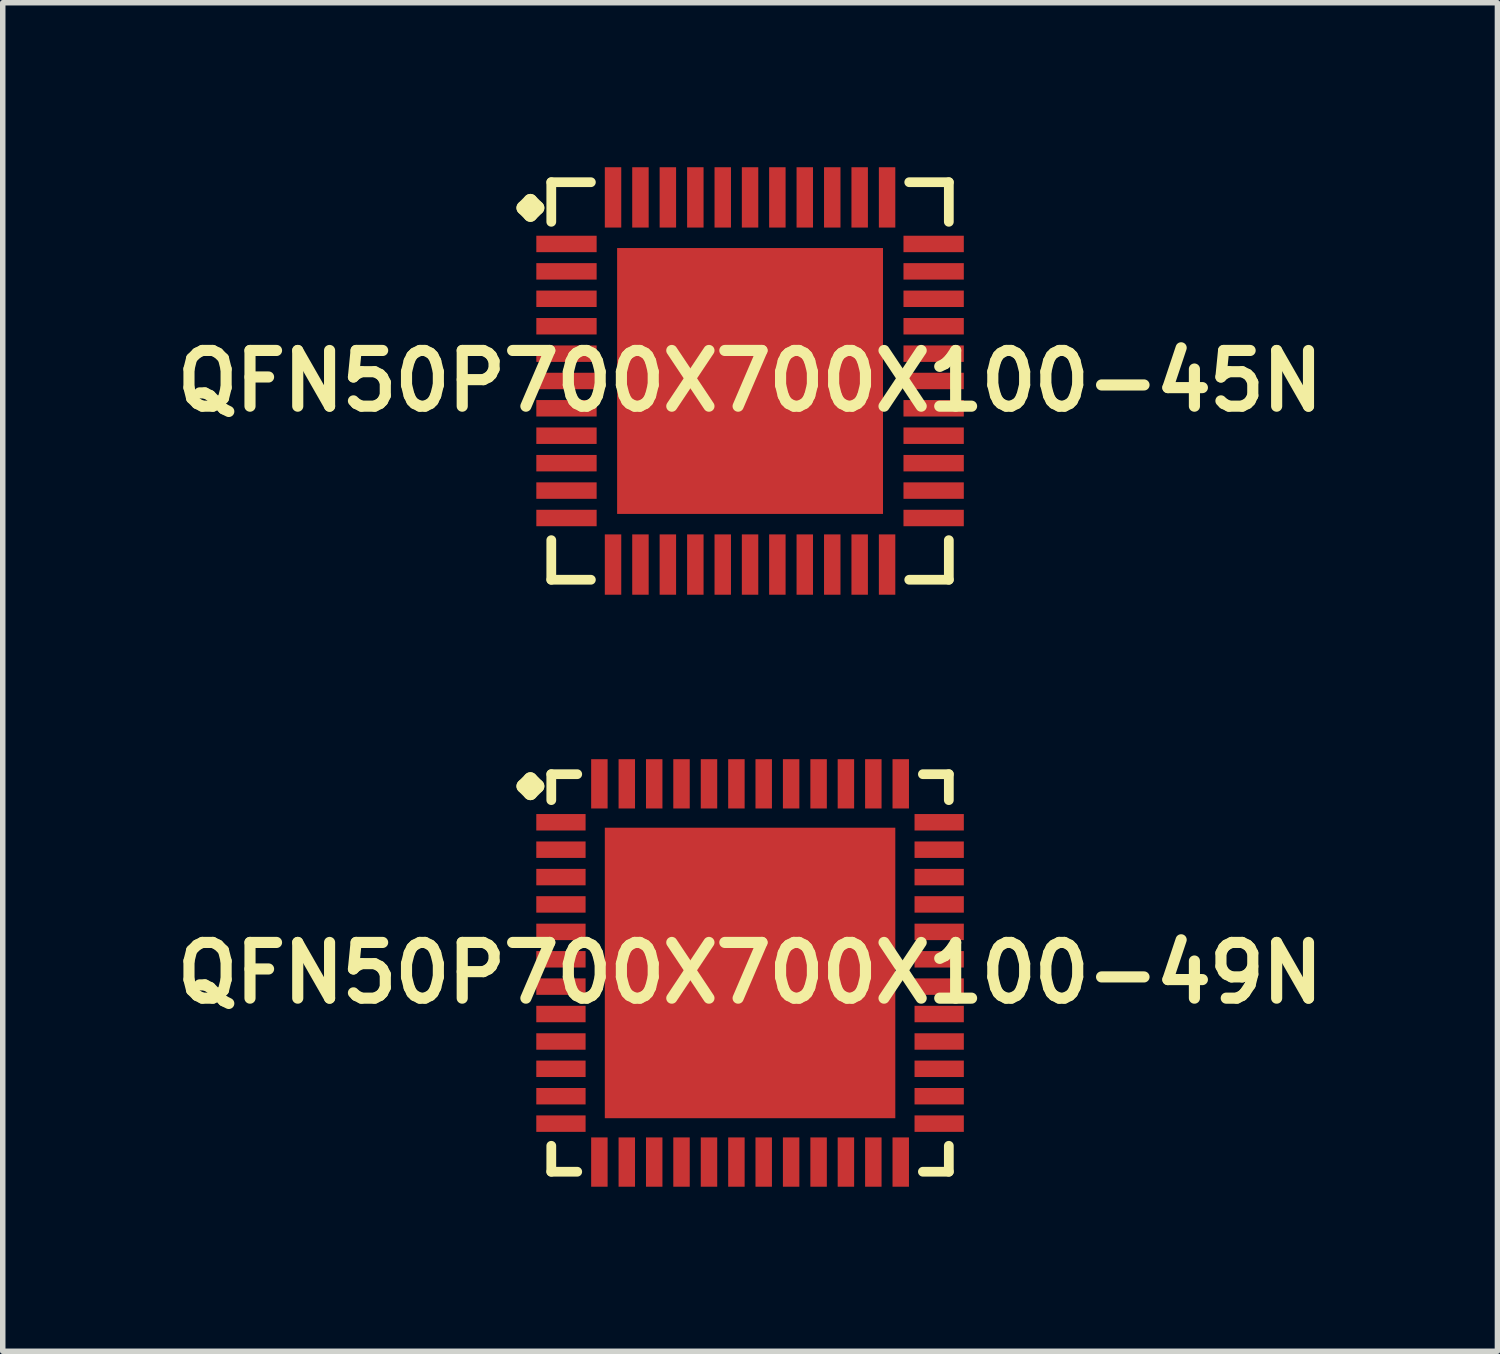
<source format=kicad_pcb>
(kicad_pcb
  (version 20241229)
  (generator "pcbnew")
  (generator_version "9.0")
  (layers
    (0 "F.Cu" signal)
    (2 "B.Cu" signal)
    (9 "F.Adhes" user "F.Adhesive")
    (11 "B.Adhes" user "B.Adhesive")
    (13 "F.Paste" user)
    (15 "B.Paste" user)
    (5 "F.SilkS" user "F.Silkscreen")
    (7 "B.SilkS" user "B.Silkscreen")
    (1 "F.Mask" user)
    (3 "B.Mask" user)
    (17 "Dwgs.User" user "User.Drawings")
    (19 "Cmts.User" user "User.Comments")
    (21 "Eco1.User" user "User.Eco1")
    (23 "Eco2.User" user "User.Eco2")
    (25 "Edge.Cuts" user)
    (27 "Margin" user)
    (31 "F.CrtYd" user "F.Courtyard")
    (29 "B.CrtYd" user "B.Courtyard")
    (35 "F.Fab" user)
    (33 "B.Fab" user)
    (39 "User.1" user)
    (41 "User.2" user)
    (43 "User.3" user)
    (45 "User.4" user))
  (footprint "QFN50P700X700X100-45N"
    (layer "F.Cu")
    (at 10.629 3.898)
    (property "Reference" "QFN50P700X700X100-45N" (at 0 0 0) (layer "F.SilkS") (effects (font (size 1.016 1.016) (thickness 0.203))))
    (attr smd)
    (fp_line (start -4.133 -3.157) (end -4.006 -3.284) (stroke (width 0.254) (type solid)) (layer "F.SilkS"))
    (fp_line (start -4.006 -3.284) (end -3.879 -3.157) (stroke (width 0.254) (type solid)) (layer "F.SilkS"))
    (fp_line (start -4.006 -3.03) (end -4.133 -3.157) (stroke (width 0.254) (type solid)) (layer "F.SilkS"))
    (fp_line (start -3.879 -3.157) (end -4.006 -3.03) (stroke (width 0.254) (type solid)) (layer "F.SilkS"))
    (fp_line (start -3.625 -3.625) (end -2.903 -3.625) (stroke (width 0.178) (type solid)) (layer "F.SilkS"))
    (fp_line (start -3.625 -2.903) (end -3.625 -3.625) (stroke (width 0.178) (type solid)) (layer "F.SilkS"))
    (fp_line (start -3.625 2.903) (end -3.625 3.625) (stroke (width 0.178) (type solid)) (layer "F.SilkS"))
    (fp_line (start -3.625 3.625) (end -2.903 3.625) (stroke (width 0.178) (type solid)) (layer "F.SilkS"))
    (fp_line (start 2.903 -3.625) (end 3.625 -3.625) (stroke (width 0.178) (type solid)) (layer "F.SilkS"))
    (fp_line (start 2.903 3.625) (end 3.625 3.625) (stroke (width 0.178) (type solid)) (layer "F.SilkS"))
    (fp_line (start 3.625 -3.625) (end 3.625 -2.903) (stroke (width 0.178) (type solid)) (layer "F.SilkS"))
    (fp_line (start 3.625 3.625) (end 3.625 2.903) (stroke (width 0.178) (type solid)) (layer "F.SilkS"))
    (pad "1" smd rect (at -3.348 -2.499) (size 1.1 0.3) (layers "F.Cu" "F.Mask" "F.Paste"))
    (pad "2" smd rect (at -3.348 -1.999) (size 1.1 0.3) (layers "F.Cu" "F.Mask" "F.Paste"))
    (pad "3" smd rect (at -3.348 -1.499) (size 1.1 0.3) (layers "F.Cu" "F.Mask" "F.Paste"))
    (pad "4" smd rect (at -3.348 -0.998) (size 1.1 0.3) (layers "F.Cu" "F.Mask" "F.Paste"))
    (pad "5" smd rect (at -3.348 -0.498) (size 1.1 0.3) (layers "F.Cu" "F.Mask" "F.Paste"))
    (pad "6" smd rect (at -3.348 0) (size 1.1 0.3) (layers "F.Cu" "F.Mask" "F.Paste"))
    (pad "7" smd rect (at -3.348 0.498) (size 1.1 0.3) (layers "F.Cu" "F.Mask" "F.Paste"))
    (pad "8" smd rect (at -3.348 0.998) (size 1.1 0.3) (layers "F.Cu" "F.Mask" "F.Paste"))
    (pad "9" smd rect (at -3.348 1.499) (size 1.1 0.3) (layers "F.Cu" "F.Mask" "F.Paste"))
    (pad "10" smd rect (at -3.348 1.999) (size 1.1 0.3) (layers "F.Cu" "F.Mask" "F.Paste"))
    (pad "11" smd rect (at -3.348 2.499) (size 1.1 0.3) (layers "F.Cu" "F.Mask" "F.Paste"))
    (pad "12" smd rect (at -2.499 3.348) (size 0.3 1.1) (layers "F.Cu" "F.Mask" "F.Paste"))
    (pad "13" smd rect (at -1.999 3.348) (size 0.3 1.1) (layers "F.Cu" "F.Mask" "F.Paste"))
    (pad "14" smd rect (at -1.499 3.348) (size 0.3 1.1) (layers "F.Cu" "F.Mask" "F.Paste"))
    (pad "15" smd rect (at -0.998 3.348) (size 0.3 1.1) (layers "F.Cu" "F.Mask" "F.Paste"))
    (pad "16" smd rect (at -0.498 3.348) (size 0.3 1.1) (layers "F.Cu" "F.Mask" "F.Paste"))
    (pad "17" smd rect (at 0 3.348) (size 0.3 1.1) (layers "F.Cu" "F.Mask" "F.Paste"))
    (pad "18" smd rect (at 0.498 3.348) (size 0.3 1.1) (layers "F.Cu" "F.Mask" "F.Paste"))
    (pad "19" smd rect (at 0.998 3.348) (size 0.3 1.1) (layers "F.Cu" "F.Mask" "F.Paste"))
    (pad "20" smd rect (at 1.499 3.348) (size 0.3 1.1) (layers "F.Cu" "F.Mask" "F.Paste"))
    (pad "21" smd rect (at 1.999 3.348) (size 0.3 1.1) (layers "F.Cu" "F.Mask" "F.Paste"))
    (pad "22" smd rect (at 2.499 3.348) (size 0.3 1.1) (layers "F.Cu" "F.Mask" "F.Paste"))
    (pad "23" smd rect (at 3.348 2.499) (size 1.1 0.3) (layers "F.Cu" "F.Mask" "F.Paste"))
    (pad "24" smd rect (at 3.348 1.999) (size 1.1 0.3) (layers "F.Cu" "F.Mask" "F.Paste"))
    (pad "25" smd rect (at 3.348 1.499) (size 1.1 0.3) (layers "F.Cu" "F.Mask" "F.Paste"))
    (pad "26" smd rect (at 3.348 0.998) (size 1.1 0.3) (layers "F.Cu" "F.Mask" "F.Paste"))
    (pad "27" smd rect (at 3.348 0.498) (size 1.1 0.3) (layers "F.Cu" "F.Mask" "F.Paste"))
    (pad "28" smd rect (at 3.348 0) (size 1.1 0.3) (layers "F.Cu" "F.Mask" "F.Paste"))
    (pad "29" smd rect (at 3.348 -0.498) (size 1.1 0.3) (layers "F.Cu" "F.Mask" "F.Paste"))
    (pad "30" smd rect (at 3.348 -0.998) (size 1.1 0.3) (layers "F.Cu" "F.Mask" "F.Paste"))
    (pad "31" smd rect (at 3.348 -1.499) (size 1.1 0.3) (layers "F.Cu" "F.Mask" "F.Paste"))
    (pad "32" smd rect (at 3.348 -1.999) (size 1.1 0.3) (layers "F.Cu" "F.Mask" "F.Paste"))
    (pad "33" smd rect (at 3.348 -2.499) (size 1.1 0.3) (layers "F.Cu" "F.Mask" "F.Paste"))
    (pad "34" smd rect (at 2.499 -3.348) (size 0.3 1.1) (layers "F.Cu" "F.Mask" "F.Paste"))
    (pad "35" smd rect (at 1.999 -3.348) (size 0.3 1.1) (layers "F.Cu" "F.Mask" "F.Paste"))
    (pad "36" smd rect (at 1.499 -3.348) (size 0.3 1.1) (layers "F.Cu" "F.Mask" "F.Paste"))
    (pad "37" smd rect (at 0.998 -3.348) (size 0.3 1.1) (layers "F.Cu" "F.Mask" "F.Paste"))
    (pad "38" smd rect (at 0.498 -3.348) (size 0.3 1.1) (layers "F.Cu" "F.Mask" "F.Paste"))
    (pad "39" smd rect (at 0 -3.348) (size 0.3 1.1) (layers "F.Cu" "F.Mask" "F.Paste"))
    (pad "40" smd rect (at -0.498 -3.348) (size 0.3 1.1) (layers "F.Cu" "F.Mask" "F.Paste"))
    (pad "41" smd rect (at -0.998 -3.348) (size 0.3 1.1) (layers "F.Cu" "F.Mask" "F.Paste"))
    (pad "42" smd rect (at -1.499 -3.348) (size 0.3 1.1) (layers "F.Cu" "F.Mask" "F.Paste"))
    (pad "43" smd rect (at -1.999 -3.348) (size 0.3 1.1) (layers "F.Cu" "F.Mask" "F.Paste"))
    (pad "44" smd rect (at -2.499 -3.348) (size 0.3 1.1) (layers "F.Cu" "F.Mask" "F.Paste"))
    (pad "45" smd rect (at 0 0) (size 4.849 4.849) (layers "F.Cu" "F.Mask" "F.Paste")))
  (footprint "QFN50P700X700X100-49N"
    (layer "F.Cu")
    (at 10.629 14.694)
    (property "Reference" "QFN50P700X700X100-49N" (at 0 0 0) (layer "F.SilkS") (effects (font (size 1.016 1.016) (thickness 0.203))))
    (attr smd)
    (fp_line (start -4.133 -3.406) (end -4.006 -3.533) (stroke (width 0.254) (type solid)) (layer "F.SilkS"))
    (fp_line (start -4.006 -3.533) (end -3.879 -3.406) (stroke (width 0.254) (type solid)) (layer "F.SilkS"))
    (fp_line (start -4.006 -3.279) (end -4.133 -3.406) (stroke (width 0.254) (type solid)) (layer "F.SilkS"))
    (fp_line (start -3.879 -3.406) (end -4.006 -3.279) (stroke (width 0.254) (type solid)) (layer "F.SilkS"))
    (fp_line (start -3.625 -3.625) (end -3.152 -3.625) (stroke (width 0.178) (type solid)) (layer "F.SilkS"))
    (fp_line (start -3.625 -3.152) (end -3.625 -3.625) (stroke (width 0.178) (type solid)) (layer "F.SilkS"))
    (fp_line (start -3.625 3.152) (end -3.625 3.625) (stroke (width 0.178) (type solid)) (layer "F.SilkS"))
    (fp_line (start -3.625 3.625) (end -3.152 3.625) (stroke (width 0.178) (type solid)) (layer "F.SilkS"))
    (fp_line (start 3.152 -3.625) (end 3.625 -3.625) (stroke (width 0.178) (type solid)) (layer "F.SilkS"))
    (fp_line (start 3.152 3.625) (end 3.625 3.625) (stroke (width 0.178) (type solid)) (layer "F.SilkS"))
    (fp_line (start 3.625 -3.625) (end 3.625 -3.152) (stroke (width 0.178) (type solid)) (layer "F.SilkS"))
    (fp_line (start 3.625 3.625) (end 3.625 3.152) (stroke (width 0.178) (type solid)) (layer "F.SilkS"))
    (pad "1" smd rect (at -3.449 -2.748) (size 0.899 0.3) (layers "F.Cu" "F.Mask" "F.Paste"))
    (pad "2" smd rect (at -3.449 -2.248) (size 0.899 0.3) (layers "F.Cu" "F.Mask" "F.Paste"))
    (pad "3" smd rect (at -3.449 -1.748) (size 0.899 0.3) (layers "F.Cu" "F.Mask" "F.Paste"))
    (pad "4" smd rect (at -3.449 -1.25) (size 0.899 0.3) (layers "F.Cu" "F.Mask" "F.Paste"))
    (pad "5" smd rect (at -3.449 -0.749) (size 0.899 0.3) (layers "F.Cu" "F.Mask" "F.Paste"))
    (pad "6" smd rect (at -3.449 -0.249) (size 0.899 0.3) (layers "F.Cu" "F.Mask" "F.Paste"))
    (pad "7" smd rect (at -3.449 0.249) (size 0.899 0.3) (layers "F.Cu" "F.Mask" "F.Paste"))
    (pad "8" smd rect (at -3.449 0.749) (size 0.899 0.3) (layers "F.Cu" "F.Mask" "F.Paste"))
    (pad "9" smd rect (at -3.449 1.25) (size 0.899 0.3) (layers "F.Cu" "F.Mask" "F.Paste"))
    (pad "10" smd rect (at -3.449 1.748) (size 0.899 0.3) (layers "F.Cu" "F.Mask" "F.Paste"))
    (pad "11" smd rect (at -3.449 2.248) (size 0.899 0.3) (layers "F.Cu" "F.Mask" "F.Paste"))
    (pad "12" smd rect (at -3.449 2.748) (size 0.899 0.3) (layers "F.Cu" "F.Mask" "F.Paste"))
    (pad "13" smd rect (at -2.748 3.449) (size 0.3 0.899) (layers "F.Cu" "F.Mask" "F.Paste"))
    (pad "14" smd rect (at -2.248 3.449) (size 0.3 0.899) (layers "F.Cu" "F.Mask" "F.Paste"))
    (pad "15" smd rect (at -1.748 3.449) (size 0.3 0.899) (layers "F.Cu" "F.Mask" "F.Paste"))
    (pad "16" smd rect (at -1.25 3.449) (size 0.3 0.899) (layers "F.Cu" "F.Mask" "F.Paste"))
    (pad "17" smd rect (at -0.749 3.449) (size 0.3 0.899) (layers "F.Cu" "F.Mask" "F.Paste"))
    (pad "18" smd rect (at -0.249 3.449) (size 0.3 0.899) (layers "F.Cu" "F.Mask" "F.Paste"))
    (pad "19" smd rect (at 0.249 3.449) (size 0.3 0.899) (layers "F.Cu" "F.Mask" "F.Paste"))
    (pad "20" smd rect (at 0.749 3.449) (size 0.3 0.899) (layers "F.Cu" "F.Mask" "F.Paste"))
    (pad "21" smd rect (at 1.25 3.449) (size 0.3 0.899) (layers "F.Cu" "F.Mask" "F.Paste"))
    (pad "22" smd rect (at 1.748 3.449) (size 0.3 0.899) (layers "F.Cu" "F.Mask" "F.Paste"))
    (pad "23" smd rect (at 2.248 3.449) (size 0.3 0.899) (layers "F.Cu" "F.Mask" "F.Paste"))
    (pad "24" smd rect (at 2.748 3.449) (size 0.3 0.899) (layers "F.Cu" "F.Mask" "F.Paste"))
    (pad "25" smd rect (at 3.449 2.748) (size 0.899 0.3) (layers "F.Cu" "F.Mask" "F.Paste"))
    (pad "26" smd rect (at 3.449 2.248) (size 0.899 0.3) (layers "F.Cu" "F.Mask" "F.Paste"))
    (pad "27" smd rect (at 3.449 1.748) (size 0.899 0.3) (layers "F.Cu" "F.Mask" "F.Paste"))
    (pad "28" smd rect (at 3.449 1.25) (size 0.899 0.3) (layers "F.Cu" "F.Mask" "F.Paste"))
    (pad "29" smd rect (at 3.449 0.749) (size 0.899 0.3) (layers "F.Cu" "F.Mask" "F.Paste"))
    (pad "30" smd rect (at 3.449 0.249) (size 0.899 0.3) (layers "F.Cu" "F.Mask" "F.Paste"))
    (pad "31" smd rect (at 3.449 -0.249) (size 0.899 0.3) (layers "F.Cu" "F.Mask" "F.Paste"))
    (pad "32" smd rect (at 3.449 -0.749) (size 0.899 0.3) (layers "F.Cu" "F.Mask" "F.Paste"))
    (pad "33" smd rect (at 3.449 -1.25) (size 0.899 0.3) (layers "F.Cu" "F.Mask" "F.Paste"))
    (pad "34" smd rect (at 3.449 -1.748) (size 0.899 0.3) (layers "F.Cu" "F.Mask" "F.Paste"))
    (pad "35" smd rect (at 3.449 -2.248) (size 0.899 0.3) (layers "F.Cu" "F.Mask" "F.Paste"))
    (pad "36" smd rect (at 3.449 -2.748) (size 0.899 0.3) (layers "F.Cu" "F.Mask" "F.Paste"))
    (pad "37" smd rect (at 2.748 -3.449) (size 0.3 0.899) (layers "F.Cu" "F.Mask" "F.Paste"))
    (pad "38" smd rect (at 2.248 -3.449) (size 0.3 0.899) (layers "F.Cu" "F.Mask" "F.Paste"))
    (pad "39" smd rect (at 1.748 -3.449) (size 0.3 0.899) (layers "F.Cu" "F.Mask" "F.Paste"))
    (pad "40" smd rect (at 1.25 -3.449) (size 0.3 0.899) (layers "F.Cu" "F.Mask" "F.Paste"))
    (pad "41" smd rect (at 0.749 -3.449) (size 0.3 0.899) (layers "F.Cu" "F.Mask" "F.Paste"))
    (pad "42" smd rect (at 0.249 -3.449) (size 0.3 0.899) (layers "F.Cu" "F.Mask" "F.Paste"))
    (pad "43" smd rect (at -0.249 -3.449) (size 0.3 0.899) (layers "F.Cu" "F.Mask" "F.Paste"))
    (pad "44" smd rect (at -0.749 -3.449) (size 0.3 0.899) (layers "F.Cu" "F.Mask" "F.Paste"))
    (pad "45" smd rect (at -1.25 -3.449) (size 0.3 0.899) (layers "F.Cu" "F.Mask" "F.Paste"))
    (pad "46" smd rect (at -1.748 -3.449) (size 0.3 0.899) (layers "F.Cu" "F.Mask" "F.Paste"))
    (pad "47" smd rect (at -2.248 -3.449) (size 0.3 0.899) (layers "F.Cu" "F.Mask" "F.Paste"))
    (pad "48" smd rect (at -2.748 -3.449) (size 0.3 0.899) (layers "F.Cu" "F.Mask" "F.Paste"))
    (pad "49" smd rect (at 0 0) (size 5.298 5.298) (layers "F.Cu" "F.Mask" "F.Paste")))
  (gr_rect
    (start -3 -3)
    (end 24.259 21.593)
    (stroke (width 0.1) (type default))
    (fill no)
    (layer "Edge.Cuts")))
</source>
